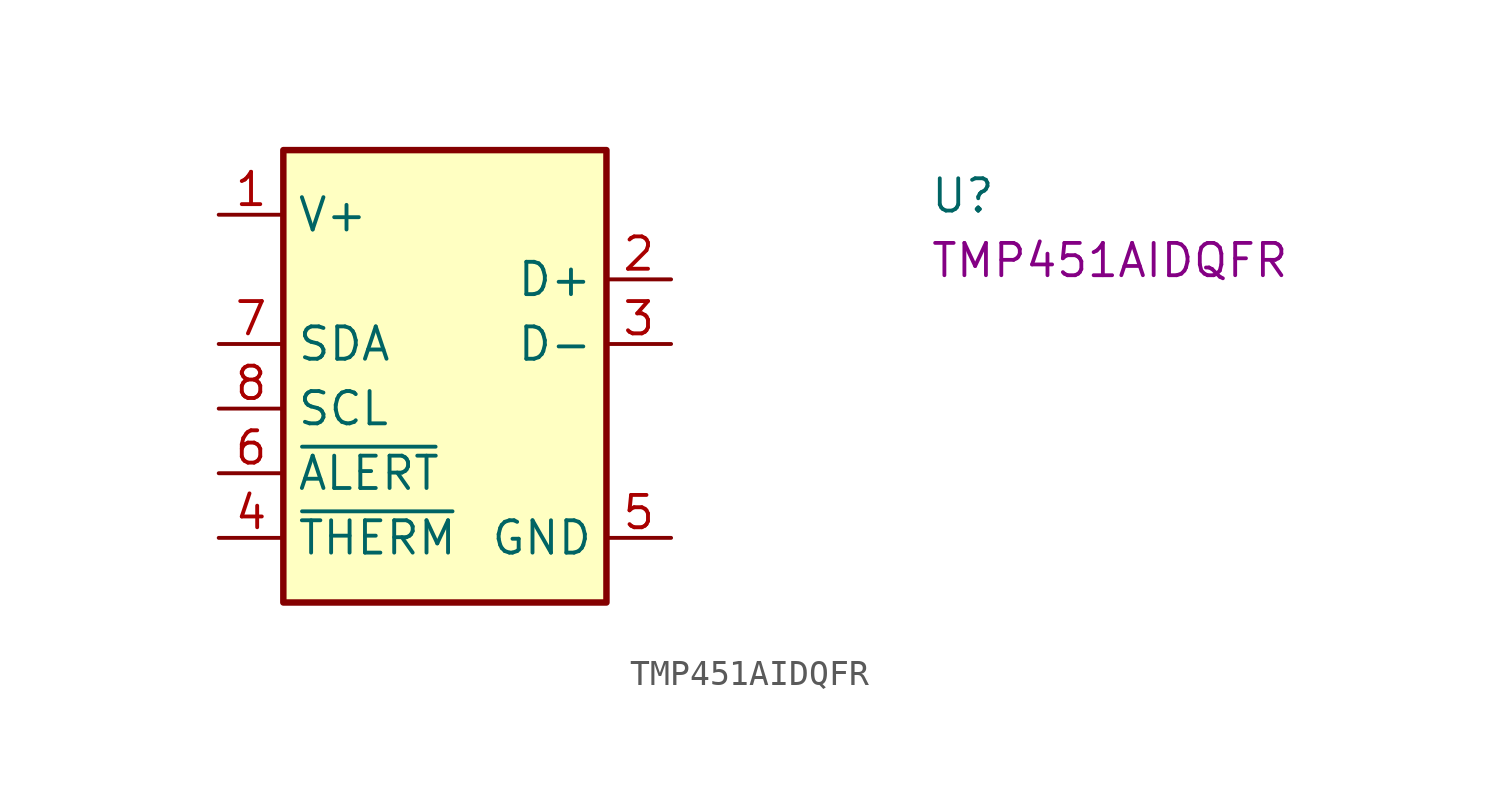
<source format=kicad_sym>
(kicad_symbol_lib
  (version 20220914)
  (generator kicad_symbol_editor)
  (symbol "TMP451AIDQFR"
    (property "Reference" "U"
      (at 27.94 0 0)
      (effects (font (size 1.27 1.27) (thickness 0.15)) (justify left bottom)))
    (property "MPN" "TMP451AIDQFR"
      (at 27.94 -2.54 0)
      (effects (font (size 1.27 1.27) (thickness 0.15)) (justify left bottom)))
    (symbol "TMP451AIDQFR_1_1"
      (rectangle (start 2.54 2.54) (end 15.24 -15.24) (stroke (width 0.254) (type default)) (fill (type background)))
      (pin power_in line (at 0 0 0) (length 2.54) (name "V+" (effects (font (size 1.27 1.27)))) (number "1" (effects (font (size 1.27 1.27)))))
      (pin input line (at 17.78 -2.54 180) (length 2.54) (name "D+" (effects (font (size 1.27 1.27)))) (number "2" (effects (font (size 1.27 1.27)))))
      (pin input line (at 17.78 -5.08 180) (length 2.54) (name "D-" (effects (font (size 1.27 1.27)))) (number "3" (effects (font (size 1.27 1.27)))))
      (pin output line (at 0 -12.7 0) (length 2.54) (name "~{THERM}" (effects (font (size 1.27 1.27)))) (number "4" (effects (font (size 1.27 1.27)))))
      (pin power_in line (at 17.78 -12.7 180) (length 2.54) (name "GND" (effects (font (size 1.27 1.27)))) (number "5" (effects (font (size 1.27 1.27)))))
      (pin output line (at 0 -10.16 0) (length 2.54) (name "~{ALERT}" (effects (font (size 1.27 1.27)))) (number "6" (effects (font (size 1.27 1.27)))) (alternate "~{THERM2}" output line))
      (pin bidirectional line (at 0 -5.08 0) (length 2.54) (name "SDA" (effects (font (size 1.27 1.27)))) (number "7" (effects (font (size 1.27 1.27)))))
      (pin input line (at 0 -7.62 0) (length 2.54) (name "SCL" (effects (font (size 1.27 1.27)))) (number "8" (effects (font (size 1.27 1.27))))))))
</source>
